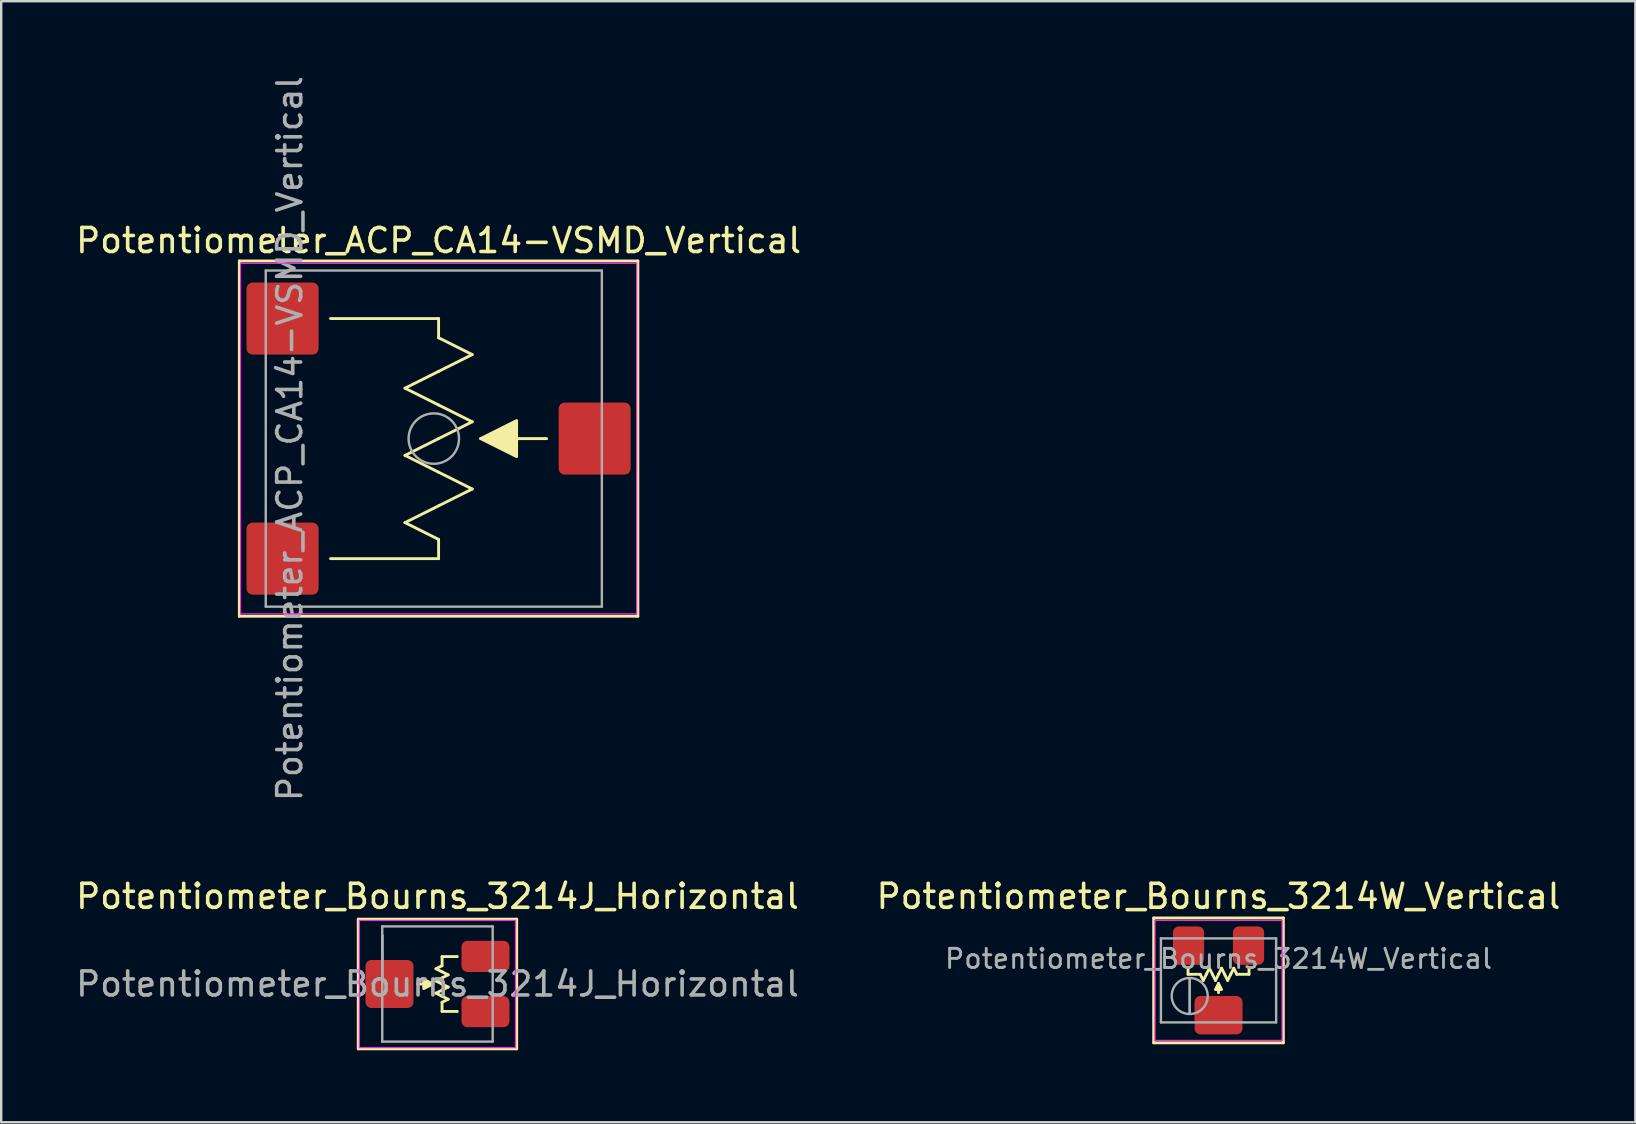
<source format=kicad_pcb>
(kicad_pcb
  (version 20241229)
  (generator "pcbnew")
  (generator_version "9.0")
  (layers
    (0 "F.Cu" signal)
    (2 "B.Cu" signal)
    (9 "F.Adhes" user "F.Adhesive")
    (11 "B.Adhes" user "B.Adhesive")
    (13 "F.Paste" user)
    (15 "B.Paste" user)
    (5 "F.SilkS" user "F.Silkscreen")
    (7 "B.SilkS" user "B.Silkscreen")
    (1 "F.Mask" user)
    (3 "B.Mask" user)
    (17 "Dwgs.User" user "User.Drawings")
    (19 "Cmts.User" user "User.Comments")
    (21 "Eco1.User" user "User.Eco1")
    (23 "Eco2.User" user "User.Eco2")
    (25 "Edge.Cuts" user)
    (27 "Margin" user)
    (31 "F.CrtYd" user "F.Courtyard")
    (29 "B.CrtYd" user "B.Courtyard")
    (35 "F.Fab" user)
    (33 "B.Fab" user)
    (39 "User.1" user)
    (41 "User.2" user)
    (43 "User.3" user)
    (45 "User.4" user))
  (footprint "Potentiometer_Bourns_3214W_Vertical"
    (layer "F.Cu")
    (at 47.708 37.789)
    (property "Reference" "Potentiometer_Bourns_3214W_Vertical" (at 0 -3.5 0) (layer "F.SilkS") (effects (font (size 1 1) (thickness 0.15))))
    (attr smd)
    (fp_line (start -2.7 -2.6) (end -2.7 2.6) (stroke (width 0.12) (type solid)) (layer "F.SilkS"))
    (fp_line (start -2.7 2.6) (end 2.7 2.6) (stroke (width 0.12) (type solid)) (layer "F.SilkS"))
    (fp_line (start -1.27 -0.508) (end -1.27 -0.254) (stroke (width 0.12) (type solid)) (layer "F.SilkS"))
    (fp_line (start -1.27 -0.254) (end -0.762 -0.254) (stroke (width 0.12) (type solid)) (layer "F.SilkS"))
    (fp_line (start -0.762 -0.254) (end -0.635 0) (stroke (width 0.12) (type solid)) (layer "F.SilkS"))
    (fp_line (start -0.635 0) (end -0.508 -0.254) (stroke (width 0.12) (type solid)) (layer "F.SilkS"))
    (fp_line (start -0.381 -0.508) (end -0.508 -0.254) (stroke (width 0.12) (type solid)) (layer "F.SilkS"))
    (fp_line (start -0.254 -0.254) (end -0.381 -0.508) (stroke (width 0.12) (type solid)) (layer "F.SilkS"))
    (fp_line (start -0.254 -0.254) (end -0.127 0) (stroke (width 0.12) (type solid)) (layer "F.SilkS"))
    (fp_line (start -0.127 0) (end 0 -0.254) (stroke (width 0.12) (type solid)) (layer "F.SilkS"))
    (fp_line (start 0 0.508) (end 0 0.127) (stroke (width 0.12) (type solid)) (layer "F.SilkS"))
    (fp_line (start 0.127 -0.508) (end 0 -0.254) (stroke (width 0.12) (type solid)) (layer "F.SilkS"))
    (fp_line (start 0.254 -0.254) (end 0.127 -0.508) (stroke (width 0.12) (type solid)) (layer "F.SilkS"))
    (fp_line (start 0.254 -0.254) (end 0.381 0) (stroke (width 0.12) (type solid)) (layer "F.SilkS"))
    (fp_line (start 0.381 0) (end 0.508 -0.254) (stroke (width 0.12) (type solid)) (layer "F.SilkS"))
    (fp_line (start 0.635 -0.508) (end 0.508 -0.254) (stroke (width 0.12) (type solid)) (layer "F.SilkS"))
    (fp_line (start 0.762 -0.254) (end 0.635 -0.508) (stroke (width 0.12) (type solid)) (layer "F.SilkS"))
    (fp_line (start 1.27 -0.508) (end 1.27 -0.254) (stroke (width 0.12) (type solid)) (layer "F.SilkS"))
    (fp_line (start 1.27 -0.254) (end 0.762 -0.254) (stroke (width 0.12) (type solid)) (layer "F.SilkS"))
    (fp_line (start 2.7 -2.6) (end -2.7 -2.6) (stroke (width 0.12) (type solid)) (layer "F.SilkS"))
    (fp_line (start 2.7 2.6) (end 2.7 -2.6) (stroke (width 0.12) (type solid)) (layer "F.SilkS"))
    (fp_poly (pts (xy 0 0.127) (xy 0.127 0.381) (xy -0.127 0.381)) (stroke (width 0.12) (type solid)) (fill yes) (layer "F.SilkS"))
    (fp_line (start -2.65 -2.5) (end -2.65 2.5) (stroke (width 0.05) (type solid)) (layer "F.CrtYd"))
    (fp_line (start -2.65 2.5) (end 2.65 2.5) (stroke (width 0.05) (type solid)) (layer "F.CrtYd"))
    (fp_line (start 2.65 -2.5) (end -2.65 -2.5) (stroke (width 0.05) (type solid)) (layer "F.CrtYd"))
    (fp_line (start 2.65 2.5) (end 2.65 -2.5) (stroke (width 0.05) (type solid)) (layer "F.CrtYd"))
    (fp_line (start -2.4 -1.75) (end -2.4 1.75) (stroke (width 0.1) (type solid)) (layer "F.Fab"))
    (fp_line (start -2.4 1.75) (end 2.4 1.75) (stroke (width 0.1) (type solid)) (layer "F.Fab"))
    (fp_line (start -1.2 1.393) (end -1.199 -0.092) (stroke (width 0.1) (type solid)) (layer "F.Fab"))
    (fp_line (start -1.2 1.393) (end -1.199 -0.092) (stroke (width 0.1) (type solid)) (layer "F.Fab"))
    (fp_line (start 2.4 -1.75) (end -2.4 -1.75) (stroke (width 0.1) (type solid)) (layer "F.Fab"))
    (fp_line (start 2.4 1.75) (end 2.4 -1.75) (stroke (width 0.1) (type solid)) (layer "F.Fab"))
    (fp_circle (center -1.2 0.65) (end -0.45 0.65) (stroke (width 0.1) (type solid)) (fill no) (layer "F.Fab"))
    (fp_text user "${REFERENCE}" (at 0 -0.9 0) (layer "F.Fab") (effects (font (size 0.8 0.8) (thickness 0.12))))
    (pad "1" smd roundrect (at 1.25 -1.45) (size 1.3 1.6) (layers "F.Cu" "F.Mask" "F.Paste") (roundrect_rratio 0.192))
    (pad "2" smd roundrect (at 0 1.45) (size 2 1.6) (layers "F.Cu" "F.Mask" "F.Paste") (roundrect_rratio 0.156))
    (pad "3" smd roundrect (at -1.25 -1.45) (size 1.3 1.6) (layers "F.Cu" "F.Mask" "F.Paste") (roundrect_rratio 0.192)))
  (footprint "Potentiometer_ACP_CA14-VSMD_Vertical"
    (layer "F.Cu")
    (at 15.22 15.22)
    (property "Reference" "Potentiometer_ACP_CA14-VSMD_Vertical" (at 0 -8.25 0) (layer "F.SilkS") (effects (font (size 1 1) (thickness 0.15))))
    (attr smd)
    (fp_line (start -8.3 -7.4) (end 8.3 -7.4) (stroke (width 0.12) (type solid)) (layer "F.SilkS"))
    (fp_line (start -8.3 7.4) (end -8.3 -7.4) (stroke (width 0.12) (type solid)) (layer "F.SilkS"))
    (fp_line (start -4.5 -5) (end 0 -5) (stroke (width 0.12) (type solid)) (layer "F.SilkS"))
    (fp_line (start -4.5 5) (end 0 5) (stroke (width 0.12) (type solid)) (layer "F.SilkS"))
    (fp_line (start -1.4 -2.1) (end 0 -2.8) (stroke (width 0.12) (type solid)) (layer "F.SilkS"))
    (fp_line (start -1.4 0.7) (end 0 0) (stroke (width 0.12) (type solid)) (layer "F.SilkS"))
    (fp_line (start -1.4 3.5) (end 0 2.8) (stroke (width 0.12) (type solid)) (layer "F.SilkS"))
    (fp_line (start 0 -5) (end 0 -4.2) (stroke (width 0.12) (type solid)) (layer "F.SilkS"))
    (fp_line (start 0 -4.2) (end 1.4 -3.5) (stroke (width 0.12) (type solid)) (layer "F.SilkS"))
    (fp_line (start 0 -1.4) (end -1.4 -2.1) (stroke (width 0.12) (type solid)) (layer "F.SilkS"))
    (fp_line (start 0 -1.4) (end 1.4 -0.7) (stroke (width 0.12) (type solid)) (layer "F.SilkS"))
    (fp_line (start 0 1.4) (end -1.4 0.7) (stroke (width 0.12) (type solid)) (layer "F.SilkS"))
    (fp_line (start 0 1.4) (end 1.4 2.1) (stroke (width 0.12) (type solid)) (layer "F.SilkS"))
    (fp_line (start 0 4.2) (end -1.4 3.5) (stroke (width 0.12) (type solid)) (layer "F.SilkS"))
    (fp_line (start 0 5) (end 0 4.2) (stroke (width 0.12) (type solid)) (layer "F.SilkS"))
    (fp_line (start 1.4 -3.5) (end 0 -2.8) (stroke (width 0.12) (type solid)) (layer "F.SilkS"))
    (fp_line (start 1.4 -0.7) (end 0 0) (stroke (width 0.12) (type solid)) (layer "F.SilkS"))
    (fp_line (start 1.4 2.1) (end 0 2.8) (stroke (width 0.12) (type solid)) (layer "F.SilkS"))
    (fp_line (start 1.75 0) (end 4.5 0) (stroke (width 0.12) (type solid)) (layer "F.SilkS"))
    (fp_line (start 8.3 -7.4) (end 8.3 7.4) (stroke (width 0.12) (type solid)) (layer "F.SilkS"))
    (fp_line (start 8.3 7.4) (end -8.3 7.4) (stroke (width 0.12) (type solid)) (layer "F.SilkS"))
    (fp_poly (pts (xy 3.25 0.75) (xy 1.75 0) (xy 3.25 -0.75)) (stroke (width 0.12) (type solid)) (fill yes) (layer "F.SilkS"))
    (fp_line (start -8.25 -7.3) (end -8.25 7.3) (stroke (width 0.05) (type solid)) (layer "F.CrtYd"))
    (fp_line (start -8.25 7.3) (end 8.25 7.3) (stroke (width 0.05) (type solid)) (layer "F.CrtYd"))
    (fp_line (start 8.25 -7.3) (end -8.25 -7.3) (stroke (width 0.05) (type solid)) (layer "F.CrtYd"))
    (fp_line (start 8.25 7.3) (end 8.25 -7.3) (stroke (width 0.05) (type solid)) (layer "F.CrtYd"))
    (fp_line (start -7.2 -7) (end -7.2 7) (stroke (width 0.1) (type solid)) (layer "F.Fab"))
    (fp_line (start -7.2 7) (end 6.8 7) (stroke (width 0.1) (type solid)) (layer "F.Fab"))
    (fp_line (start 6.8 -7) (end -7.2 -7) (stroke (width 0.1) (type solid)) (layer "F.Fab"))
    (fp_line (start 6.8 7) (end 6.8 -7) (stroke (width 0.1) (type solid)) (layer "F.Fab"))
    (fp_circle (center -0.2 0) (end 0.85 0) (stroke (width 0.1) (type solid)) (fill no) (layer "F.Fab"))
    (fp_text user "${REFERENCE}" (at -6.2 0 90) (layer "F.Fab") (effects (font (size 1 1) (thickness 0.15))))
    (pad "1" smd roundrect (at -6.5 5) (size 3 3) (layers "F.Cu" "F.Mask" "F.Paste") (roundrect_rratio 0.083))
    (pad "2" smd roundrect (at 6.5 0) (size 3 3) (layers "F.Cu" "F.Mask" "F.Paste") (roundrect_rratio 0.083))
    (pad "3" smd roundrect (at -6.5 -5) (size 3 3) (layers "F.Cu" "F.Mask" "F.Paste") (roundrect_rratio 0.083)))
  (footprint "Potentiometer_Bourns_3214J_Horizontal"
    (layer "F.Cu")
    (at 15.173 37.939)
    (property "Reference" "Potentiometer_Bourns_3214J_Horizontal" (at 0 -3.65 0) (layer "F.SilkS") (effects (font (size 1 1) (thickness 0.15))))
    (attr smd)
    (fp_line (start -3.3 -2.7) (end 3.3 -2.7) (stroke (width 0.12) (type solid)) (layer "F.SilkS"))
    (fp_line (start -3.3 2.7) (end -3.3 -2.7) (stroke (width 0.12) (type solid)) (layer "F.SilkS"))
    (fp_line (start -0.826 0) (end -0.191 0) (stroke (width 0.12) (type solid)) (layer "F.SilkS"))
    (fp_line (start -0.064 -0.635) (end 0.191 -0.508) (stroke (width 0.12) (type solid)) (layer "F.SilkS"))
    (fp_line (start -0.064 -0.127) (end 0.191 0) (stroke (width 0.12) (type solid)) (layer "F.SilkS"))
    (fp_line (start -0.064 0.381) (end 0.191 0.508) (stroke (width 0.12) (type solid)) (layer "F.SilkS"))
    (fp_line (start 0.191 -1.143) (end 0.191 -0.762) (stroke (width 0.12) (type solid)) (layer "F.SilkS"))
    (fp_line (start 0.191 -0.762) (end -0.064 -0.635) (stroke (width 0.12) (type solid)) (layer "F.SilkS"))
    (fp_line (start 0.191 -0.254) (end -0.064 -0.127) (stroke (width 0.12) (type solid)) (layer "F.SilkS"))
    (fp_line (start 0.191 -0.254) (end 0.445 -0.381) (stroke (width 0.12) (type solid)) (layer "F.SilkS"))
    (fp_line (start 0.191 0.254) (end -0.064 0.381) (stroke (width 0.12) (type solid)) (layer "F.SilkS"))
    (fp_line (start 0.191 0.254) (end 0.445 0.127) (stroke (width 0.12) (type solid)) (layer "F.SilkS"))
    (fp_line (start 0.191 0.762) (end 0.445 0.635) (stroke (width 0.12) (type solid)) (layer "F.SilkS"))
    (fp_line (start 0.191 1.143) (end 0.191 0.762) (stroke (width 0.12) (type solid)) (layer "F.SilkS"))
    (fp_line (start 0.445 -0.381) (end 0.191 -0.508) (stroke (width 0.12) (type solid)) (layer "F.SilkS"))
    (fp_line (start 0.445 0.127) (end 0.191 0) (stroke (width 0.12) (type solid)) (layer "F.SilkS"))
    (fp_line (start 0.445 0.635) (end 0.191 0.508) (stroke (width 0.12) (type solid)) (layer "F.SilkS"))
    (fp_line (start 0.826 -1.143) (end 0.191 -1.143) (stroke (width 0.12) (type solid)) (layer "F.SilkS"))
    (fp_line (start 0.826 1.143) (end 0.191 1.143) (stroke (width 0.12) (type solid)) (layer "F.SilkS"))
    (fp_line (start 3.3 -2.7) (end 3.3 2.7) (stroke (width 0.12) (type solid)) (layer "F.SilkS"))
    (fp_line (start 3.3 2.7) (end -3.3 2.7) (stroke (width 0.12) (type solid)) (layer "F.SilkS"))
    (fp_poly (pts (xy -0.191 0) (xy -0.572 0.191) (xy -0.572 -0.191)) (stroke (width 0.12) (type solid)) (fill yes) (layer "F.SilkS"))
    (fp_line (start -3.25 -2.65) (end -3.25 2.65) (stroke (width 0.05) (type solid)) (layer "F.CrtYd"))
    (fp_line (start -3.25 2.65) (end 3.25 2.65) (stroke (width 0.05) (type solid)) (layer "F.CrtYd"))
    (fp_line (start 3.25 -2.65) (end -3.25 -2.65) (stroke (width 0.05) (type solid)) (layer "F.CrtYd"))
    (fp_line (start 3.25 2.65) (end 3.25 -2.65) (stroke (width 0.05) (type solid)) (layer "F.CrtYd"))
    (fp_line (start -2.3 -2.4) (end -2.3 2.4) (stroke (width 0.1) (type solid)) (layer "F.Fab"))
    (fp_line (start -2.3 -2.02) (end -2.3 -2.02) (stroke (width 0.1) (type solid)) (layer "F.Fab"))
    (fp_line (start -2.3 -2.02) (end -2.3 -0.24) (stroke (width 0.1) (type solid)) (layer "F.Fab"))
    (fp_line (start -2.3 -1.13) (end -2.3 -1.13) (stroke (width 0.1) (type solid)) (layer "F.Fab"))
    (fp_line (start -2.3 -0.24) (end -2.3 -2.02) (stroke (width 0.1) (type solid)) (layer "F.Fab"))
    (fp_line (start -2.3 -0.24) (end -2.3 -0.24) (stroke (width 0.1) (type solid)) (layer "F.Fab"))
    (fp_line (start -2.3 2.4) (end 2.3 2.4) (stroke (width 0.1) (type solid)) (layer "F.Fab"))
    (fp_line (start 2.3 -2.4) (end -2.3 -2.4) (stroke (width 0.1) (type solid)) (layer "F.Fab"))
    (fp_line (start 2.3 2.4) (end 2.3 -2.4) (stroke (width 0.1) (type solid)) (layer "F.Fab"))
    (fp_text user "${REFERENCE}" (at 0 0 0) (layer "F.Fab") (effects (font (size 1 1) (thickness 0.15))))
    (pad "1" smd roundrect (at 2 -1.15) (size 2 1.3) (layers "F.Cu" "F.Mask" "F.Paste") (roundrect_rratio 0.192))
    (pad "2" smd roundrect (at -2 0) (size 2 2) (layers "F.Cu" "F.Mask" "F.Paste") (roundrect_rratio 0.125))
    (pad "3" smd roundrect (at 2 1.15) (size 2 1.3) (layers "F.Cu" "F.Mask" "F.Paste") (roundrect_rratio 0.192)))
  (gr_rect
    (start -3 -3)
    (end 65.071 43.699)
    (stroke (width 0.1) (type default))
    (fill no)
    (layer "Edge.Cuts")))
</source>
